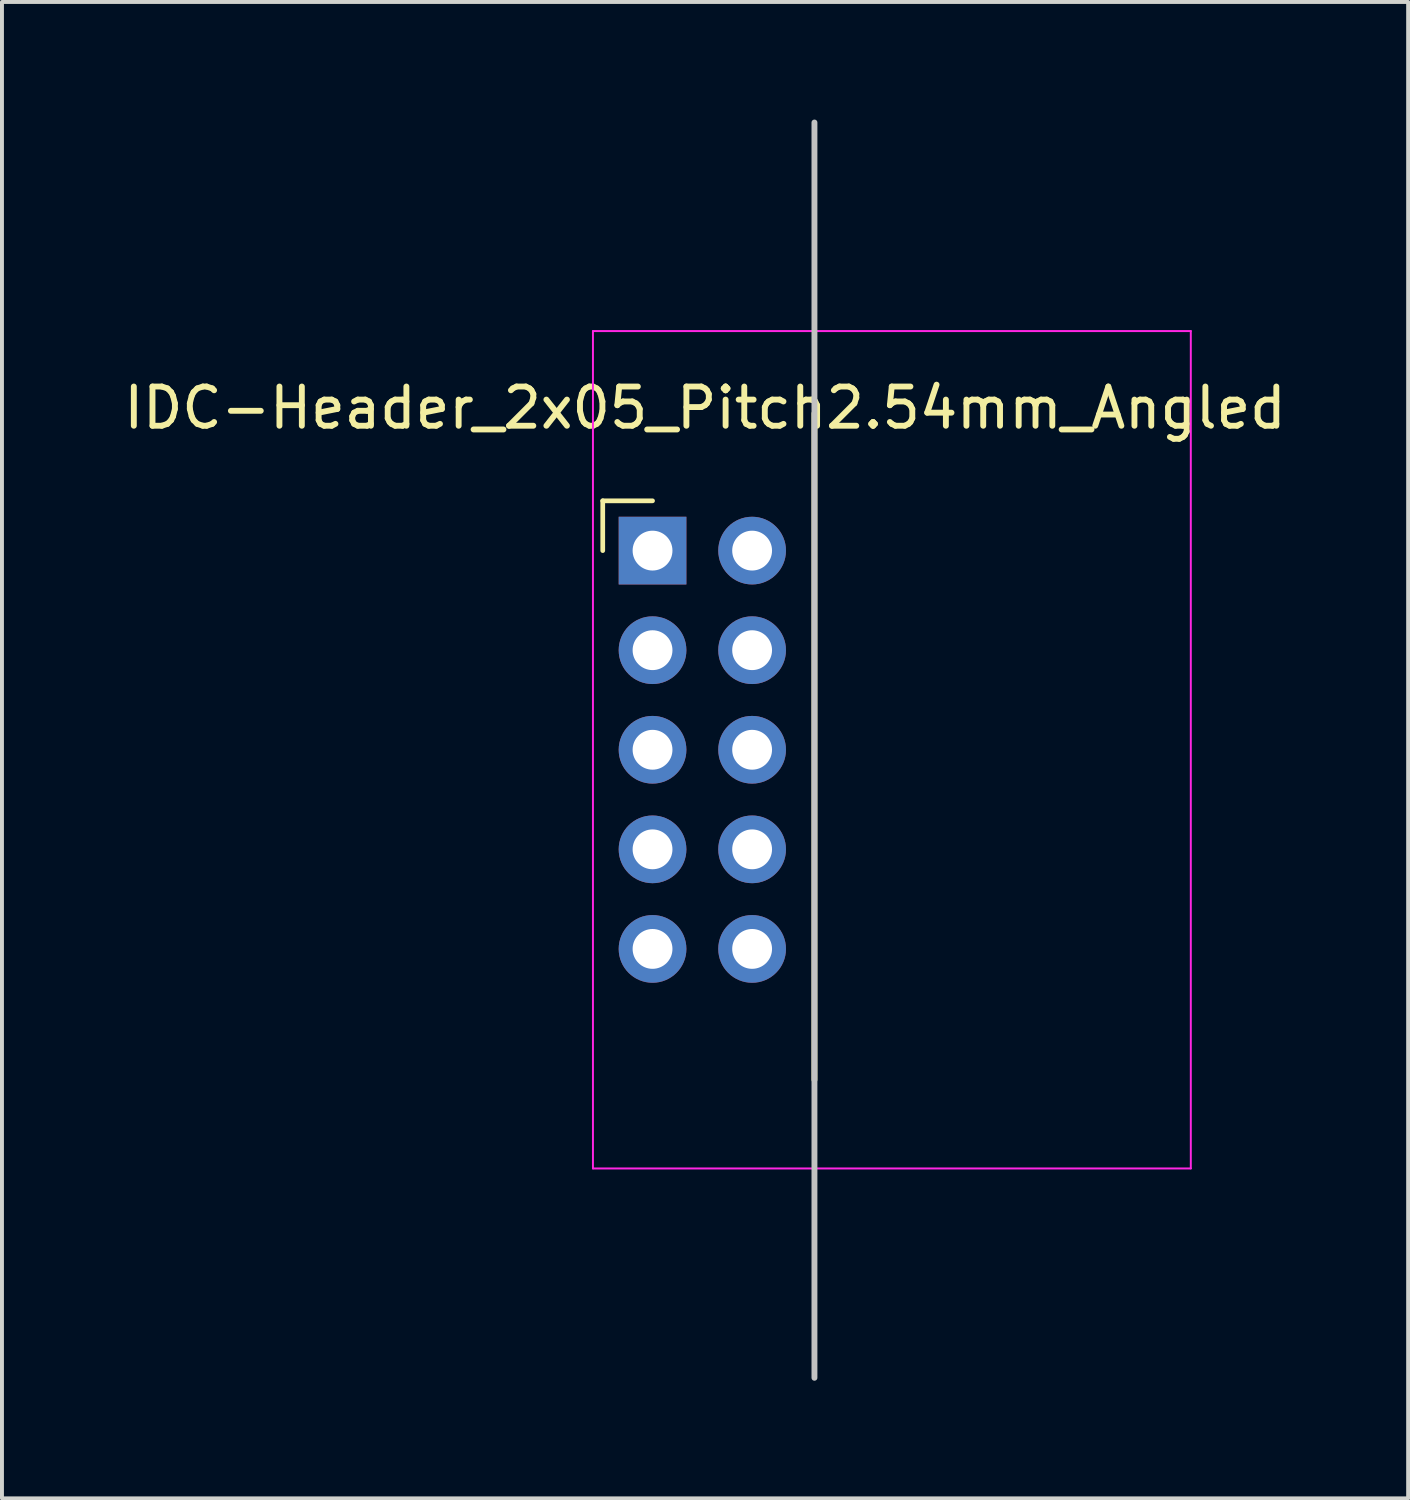
<source format=kicad_pcb>
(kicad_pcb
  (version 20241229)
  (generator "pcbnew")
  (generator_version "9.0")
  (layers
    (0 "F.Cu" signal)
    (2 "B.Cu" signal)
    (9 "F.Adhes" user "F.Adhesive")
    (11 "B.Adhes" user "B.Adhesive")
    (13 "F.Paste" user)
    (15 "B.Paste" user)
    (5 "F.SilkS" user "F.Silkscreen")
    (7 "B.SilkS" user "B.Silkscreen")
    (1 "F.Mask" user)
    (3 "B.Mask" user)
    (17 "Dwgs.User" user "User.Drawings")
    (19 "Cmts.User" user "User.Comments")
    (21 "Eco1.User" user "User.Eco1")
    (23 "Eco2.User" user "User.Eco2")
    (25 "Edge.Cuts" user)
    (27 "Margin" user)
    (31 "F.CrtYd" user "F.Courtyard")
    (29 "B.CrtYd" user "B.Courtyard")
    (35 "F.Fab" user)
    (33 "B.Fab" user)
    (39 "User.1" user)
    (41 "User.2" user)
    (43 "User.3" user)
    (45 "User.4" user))
  (footprint "IDC-Header_2x05_Pitch2.54mm_Angled"
    (layer "F.Cu")
    (at 13.595 10.995)
    (property "Reference" "IDC-Header_2x05_Pitch2.54mm_Angled" (at 1.34 -3.64 0) (layer "F.SilkS") (effects (font (size 1 1) (thickness 0.15))))
    (attr through_hole)
    (fp_line (start -1.27 -1.27) (end -1.27 0) (stroke (width 0.12) (type solid)) (layer "F.SilkS"))
    (fp_line (start 0 -1.27) (end -1.27 -1.27) (stroke (width 0.12) (type solid)) (layer "F.SilkS"))
    (fp_line (start 4.13 -3.5) (end 4.13 13.5) (stroke (width 0.15) (type solid)) (layer "F.SilkS"))
    (fp_line (start 4.13 -10.92) (end 4.13 21.1) (stroke (width 0.15) (type solid)) (layer "Dwgs.User"))
    (fp_line (start -1.52 -5.6) (end 13.73 -5.6) (stroke (width 0.05) (type solid)) (layer "F.CrtYd"))
    (fp_line (start -1.52 15.76) (end -1.52 -5.6) (stroke (width 0.05) (type solid)) (layer "F.CrtYd"))
    (fp_line (start 13.73 -5.6) (end 13.73 15.76) (stroke (width 0.05) (type solid)) (layer "F.CrtYd"))
    (fp_line (start 13.73 15.76) (end -1.52 15.76) (stroke (width 0.05) (type solid)) (layer "F.CrtYd"))
    (pad "1" thru_hole rect (at 0 0) (size 1.727 1.727) (drill 1.016) (layers "*.Cu" "*.Mask"))
    (pad "2" thru_hole oval (at 2.54 0) (size 1.727 1.727) (drill 1.016) (layers "*.Cu" "*.Mask"))
    (pad "3" thru_hole oval (at 0 2.54) (size 1.727 1.727) (drill 1.016) (layers "*.Cu" "*.Mask"))
    (pad "4" thru_hole oval (at 2.54 2.54) (size 1.727 1.727) (drill 1.016) (layers "*.Cu" "*.Mask"))
    (pad "5" thru_hole oval (at 0 5.08) (size 1.727 1.727) (drill 1.016) (layers "*.Cu" "*.Mask"))
    (pad "6" thru_hole oval (at 2.54 5.08) (size 1.727 1.727) (drill 1.016) (layers "*.Cu" "*.Mask"))
    (pad "7" thru_hole oval (at 0 7.62) (size 1.727 1.727) (drill 1.016) (layers "*.Cu" "*.Mask"))
    (pad "8" thru_hole oval (at 2.54 7.62) (size 1.727 1.727) (drill 1.016) (layers "*.Cu" "*.Mask"))
    (pad "9" thru_hole oval (at 0 10.16) (size 1.727 1.727) (drill 1.016) (layers "*.Cu" "*.Mask"))
    (pad "10" thru_hole oval (at 2.54 10.16) (size 1.727 1.727) (drill 1.016) (layers "*.Cu" "*.Mask")))
  (gr_rect
    (start -3 -3)
    (end 32.869 35.17)
    (stroke (width 0.1) (type default))
    (fill no)
    (layer "Edge.Cuts")))
</source>
